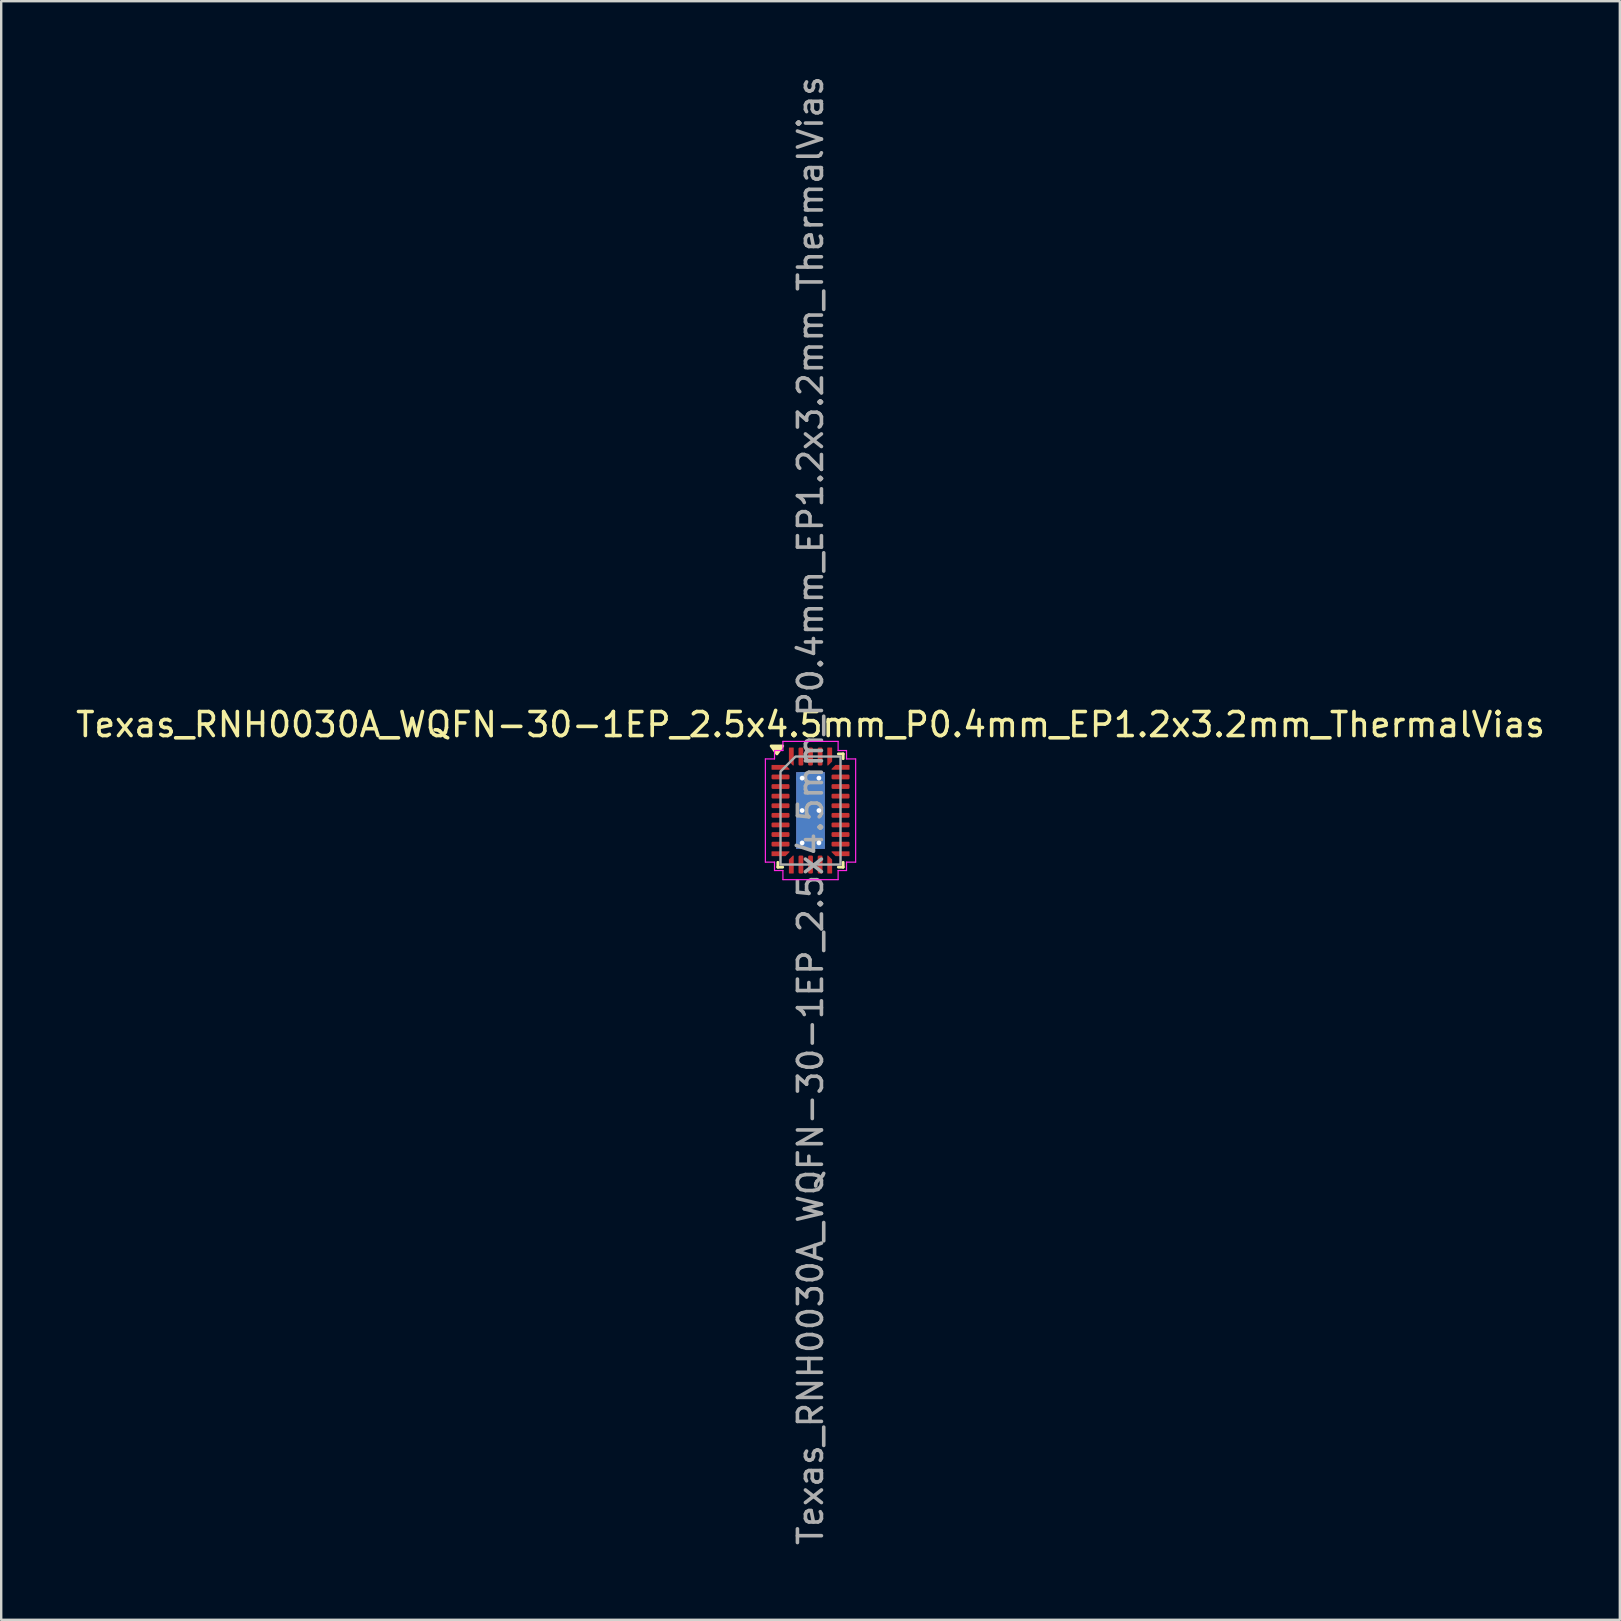
<source format=kicad_pcb>
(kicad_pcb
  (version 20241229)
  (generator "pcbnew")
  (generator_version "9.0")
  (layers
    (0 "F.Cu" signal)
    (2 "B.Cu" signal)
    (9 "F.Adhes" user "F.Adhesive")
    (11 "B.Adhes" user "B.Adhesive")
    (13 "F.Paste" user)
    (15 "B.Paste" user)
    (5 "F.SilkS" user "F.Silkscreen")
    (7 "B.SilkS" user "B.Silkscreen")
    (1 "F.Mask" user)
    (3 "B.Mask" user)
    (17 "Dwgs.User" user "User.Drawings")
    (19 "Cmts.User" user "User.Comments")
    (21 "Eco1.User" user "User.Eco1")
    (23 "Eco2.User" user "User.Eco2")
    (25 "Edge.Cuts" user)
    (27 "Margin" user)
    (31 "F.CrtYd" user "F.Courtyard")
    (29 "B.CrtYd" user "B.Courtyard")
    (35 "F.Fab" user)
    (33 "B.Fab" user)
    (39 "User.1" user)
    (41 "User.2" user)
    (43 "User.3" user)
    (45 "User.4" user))
  (footprint "Texas_RNH0030A_WQFN-30-1EP_2.5x4.5mm_P0.4mm_EP1.2x3.2mm_ThermalVias"
    (layer "F.Cu")
    (at 30.72 30.72)
    (property "Reference" "Texas_RNH0030A_WQFN-30-1EP_2.5x4.5mm_P0.4mm_EP1.2x3.2mm_ThermalVias" (at 0 -3.58 0) (layer "F.SilkS") (effects (font (size 1 1) (thickness 0.15))))
    (attr smd)
    (fp_line (start -1.36 2.36) (end -1.36 2.16) (stroke (width 0.12) (type solid)) (layer "F.SilkS"))
    (fp_line (start -1.16 2.36) (end -1.36 2.36) (stroke (width 0.12) (type solid)) (layer "F.SilkS"))
    (fp_line (start 1.16 -2.36) (end 1.36 -2.36) (stroke (width 0.12) (type solid)) (layer "F.SilkS"))
    (fp_line (start 1.16 2.36) (end 1.36 2.36) (stroke (width 0.12) (type solid)) (layer "F.SilkS"))
    (fp_line (start 1.36 -2.36) (end 1.36 -2.16) (stroke (width 0.12) (type solid)) (layer "F.SilkS"))
    (fp_line (start 1.36 2.36) (end 1.36 2.16) (stroke (width 0.12) (type solid)) (layer "F.SilkS"))
    (fp_poly (pts (xy -1.4 -2.36) (xy -1.64 -2.69) (xy -1.16 -2.69)) (stroke (width 0.12) (type solid)) (fill yes) (layer "F.SilkS"))
    (fp_line (start -1.88 -2.15) (end -1.5 -2.15) (stroke (width 0.05) (type solid)) (layer "F.CrtYd"))
    (fp_line (start -1.88 2.15) (end -1.88 -2.15) (stroke (width 0.05) (type solid)) (layer "F.CrtYd"))
    (fp_line (start -1.5 -2.5) (end -1.15 -2.5) (stroke (width 0.05) (type solid)) (layer "F.CrtYd"))
    (fp_line (start -1.5 -2.15) (end -1.5 -2.5) (stroke (width 0.05) (type solid)) (layer "F.CrtYd"))
    (fp_line (start -1.5 2.15) (end -1.88 2.15) (stroke (width 0.05) (type solid)) (layer "F.CrtYd"))
    (fp_line (start -1.5 2.5) (end -1.5 2.15) (stroke (width 0.05) (type solid)) (layer "F.CrtYd"))
    (fp_line (start -1.15 -2.88) (end 1.15 -2.88) (stroke (width 0.05) (type solid)) (layer "F.CrtYd"))
    (fp_line (start -1.15 -2.5) (end -1.15 -2.88) (stroke (width 0.05) (type solid)) (layer "F.CrtYd"))
    (fp_line (start -1.15 2.5) (end -1.5 2.5) (stroke (width 0.05) (type solid)) (layer "F.CrtYd"))
    (fp_line (start -1.15 2.88) (end -1.15 2.5) (stroke (width 0.05) (type solid)) (layer "F.CrtYd"))
    (fp_line (start 1.15 -2.88) (end 1.15 -2.5) (stroke (width 0.05) (type solid)) (layer "F.CrtYd"))
    (fp_line (start 1.15 -2.5) (end 1.5 -2.5) (stroke (width 0.05) (type solid)) (layer "F.CrtYd"))
    (fp_line (start 1.15 2.5) (end 1.15 2.88) (stroke (width 0.05) (type solid)) (layer "F.CrtYd"))
    (fp_line (start 1.15 2.88) (end -1.15 2.88) (stroke (width 0.05) (type solid)) (layer "F.CrtYd"))
    (fp_line (start 1.5 -2.5) (end 1.5 -2.15) (stroke (width 0.05) (type solid)) (layer "F.CrtYd"))
    (fp_line (start 1.5 -2.15) (end 1.88 -2.15) (stroke (width 0.05) (type solid)) (layer "F.CrtYd"))
    (fp_line (start 1.5 2.15) (end 1.5 2.5) (stroke (width 0.05) (type solid)) (layer "F.CrtYd"))
    (fp_line (start 1.5 2.5) (end 1.15 2.5) (stroke (width 0.05) (type solid)) (layer "F.CrtYd"))
    (fp_line (start 1.88 -2.15) (end 1.88 2.15) (stroke (width 0.05) (type solid)) (layer "F.CrtYd"))
    (fp_line (start 1.88 2.15) (end 1.5 2.15) (stroke (width 0.05) (type solid)) (layer "F.CrtYd"))
    (fp_poly (pts (xy -1.25 -1.625) (xy -1.25 2.25) (xy 1.25 2.25) (xy 1.25 -2.25) (xy -0.625 -2.25)) (stroke (width 0.1) (type solid)) (fill no) (layer "F.Fab"))
    (fp_text user "${REFERENCE}" (at 0 0 90) (layer "F.Fab") (effects (font (size 1 1) (thickness 0.15))))
    (pad "" smd roundrect (at 0 -0.8) (size 1.09 1.45) (layers "F.Paste") (roundrect_rratio 0.229))
    (pad "" smd roundrect (at 0 0.8) (size 1.09 1.45) (layers "F.Paste") (roundrect_rratio 0.229))
    (pad "1" smd custom (at -1.25 -1.8) (size 0.082 0.082) (layers "F.Cu" "F.Mask" "F.Paste") (options (anchor circle)) (primitives (gr_poly (pts (xy -0.358 -0.084) (xy 0.201 -0.084) (xy 0.358 0.074) (xy 0.358 0.084) (xy -0.358 0.084)) (width 0.033) (fill yes))))
    (pad "2" smd roundrect (at -1.25 -1.4) (size 0.75 0.2) (layers "F.Cu" "F.Mask" "F.Paste") (roundrect_rratio 0.25))
    (pad "3" smd roundrect (at -1.25 -1) (size 0.75 0.2) (layers "F.Cu" "F.Mask" "F.Paste") (roundrect_rratio 0.25))
    (pad "4" smd roundrect (at -1.25 -0.6) (size 0.75 0.2) (layers "F.Cu" "F.Mask" "F.Paste") (roundrect_rratio 0.25))
    (pad "5" smd roundrect (at -1.25 -0.2) (size 0.75 0.2) (layers "F.Cu" "F.Mask" "F.Paste") (roundrect_rratio 0.25))
    (pad "6" smd roundrect (at -1.25 0.2) (size 0.75 0.2) (layers "F.Cu" "F.Mask" "F.Paste") (roundrect_rratio 0.25))
    (pad "7" smd roundrect (at -1.25 0.6) (size 0.75 0.2) (layers "F.Cu" "F.Mask" "F.Paste") (roundrect_rratio 0.25))
    (pad "8" smd roundrect (at -1.25 1) (size 0.75 0.2) (layers "F.Cu" "F.Mask" "F.Paste") (roundrect_rratio 0.25))
    (pad "9" smd roundrect (at -1.25 1.4) (size 0.75 0.2) (layers "F.Cu" "F.Mask" "F.Paste") (roundrect_rratio 0.25))
    (pad "10" smd custom (at -1.25 1.8) (size 0.082 0.082) (layers "F.Cu" "F.Mask" "F.Paste") (options (anchor circle)) (primitives (gr_poly (pts (xy -0.358 -0.084) (xy 0.358 -0.084) (xy 0.358 -0.074) (xy 0.201 0.084) (xy -0.358 0.084)) (width 0.033) (fill yes))))
    (pad "11" smd custom (at -0.8 2.25) (size 0.082 0.082) (layers "F.Cu" "F.Mask" "F.Paste") (options (anchor circle)) (primitives (gr_poly (pts (xy -0.084 -0.201) (xy 0.074 -0.358) (xy 0.084 -0.358) (xy 0.084 0.358) (xy -0.084 0.358)) (width 0.033) (fill yes))))
    (pad "12" smd roundrect (at -0.4 2.25) (size 0.2 0.75) (layers "F.Cu" "F.Mask" "F.Paste") (roundrect_rratio 0.25))
    (pad "13" smd roundrect (at 0 2.25) (size 0.2 0.75) (layers "F.Cu" "F.Mask" "F.Paste") (roundrect_rratio 0.25))
    (pad "14" smd roundrect (at 0.4 2.25) (size 0.2 0.75) (layers "F.Cu" "F.Mask" "F.Paste") (roundrect_rratio 0.25))
    (pad "15" smd custom (at 0.8 2.25) (size 0.082 0.082) (layers "F.Cu" "F.Mask" "F.Paste") (options (anchor circle)) (primitives (gr_poly (pts (xy -0.084 -0.358) (xy -0.074 -0.358) (xy 0.084 -0.201) (xy 0.084 0.358) (xy -0.084 0.358)) (width 0.033) (fill yes))))
    (pad "16" smd custom (at 1.25 1.8) (size 0.082 0.082) (layers "F.Cu" "F.Mask" "F.Paste") (options (anchor circle)) (primitives (gr_poly (pts (xy -0.358 -0.084) (xy 0.358 -0.084) (xy 0.358 0.084) (xy -0.201 0.084) (xy -0.358 -0.074)) (width 0.033) (fill yes))))
    (pad "17" smd roundrect (at 1.25 1.4) (size 0.75 0.2) (layers "F.Cu" "F.Mask" "F.Paste") (roundrect_rratio 0.25))
    (pad "18" smd roundrect (at 1.25 1) (size 0.75 0.2) (layers "F.Cu" "F.Mask" "F.Paste") (roundrect_rratio 0.25))
    (pad "19" smd roundrect (at 1.25 0.6) (size 0.75 0.2) (layers "F.Cu" "F.Mask" "F.Paste") (roundrect_rratio 0.25))
    (pad "20" smd roundrect (at 1.25 0.2) (size 0.75 0.2) (layers "F.Cu" "F.Mask" "F.Paste") (roundrect_rratio 0.25))
    (pad "21" smd roundrect (at 1.25 -0.2) (size 0.75 0.2) (layers "F.Cu" "F.Mask" "F.Paste") (roundrect_rratio 0.25))
    (pad "22" smd roundrect (at 1.25 -0.6) (size 0.75 0.2) (layers "F.Cu" "F.Mask" "F.Paste") (roundrect_rratio 0.25))
    (pad "23" smd roundrect (at 1.25 -1) (size 0.75 0.2) (layers "F.Cu" "F.Mask" "F.Paste") (roundrect_rratio 0.25))
    (pad "24" smd roundrect (at 1.25 -1.4) (size 0.75 0.2) (layers "F.Cu" "F.Mask" "F.Paste") (roundrect_rratio 0.25))
    (pad "25" smd custom (at 1.25 -1.8) (size 0.082 0.082) (layers "F.Cu" "F.Mask" "F.Paste") (options (anchor circle)) (primitives (gr_poly (pts (xy -0.358 0.074) (xy -0.201 -0.084) (xy 0.358 -0.084) (xy 0.358 0.084) (xy -0.358 0.084)) (width 0.033) (fill yes))))
    (pad "26" smd custom (at 0.8 -2.25) (size 0.082 0.082) (layers "F.Cu" "F.Mask" "F.Paste") (options (anchor circle)) (primitives (gr_poly (pts (xy -0.084 -0.358) (xy 0.084 -0.358) (xy 0.084 0.201) (xy -0.074 0.358) (xy -0.084 0.358)) (width 0.033) (fill yes))))
    (pad "27" smd roundrect (at 0.4 -2.25) (size 0.2 0.75) (layers "F.Cu" "F.Mask" "F.Paste") (roundrect_rratio 0.25))
    (pad "28" smd roundrect (at 0 -2.25) (size 0.2 0.75) (layers "F.Cu" "F.Mask" "F.Paste") (roundrect_rratio 0.25))
    (pad "29" smd roundrect (at -0.4 -2.25) (size 0.2 0.75) (layers "F.Cu" "F.Mask" "F.Paste") (roundrect_rratio 0.25))
    (pad "30" smd custom (at -0.8 -2.25) (size 0.082 0.082) (layers "F.Cu" "F.Mask" "F.Paste") (options (anchor circle)) (primitives (gr_poly (pts (xy -0.084 -0.358) (xy 0.084 -0.358) (xy 0.084 0.358) (xy 0.074 0.358) (xy -0.084 0.201)) (width 0.033) (fill yes))))
    (pad "31" thru_hole circle (at -0.35 -1.35) (size 0.5 0.5) (drill 0.2) (property pad_prop_heatsink) (layers "*.Cu"))
    (pad "31" thru_hole circle (at -0.35 0) (size 0.5 0.5) (drill 0.2) (property pad_prop_heatsink) (layers "*.Cu"))
    (pad "31" thru_hole circle (at -0.35 1.35) (size 0.5 0.5) (drill 0.2) (property pad_prop_heatsink) (layers "*.Cu"))
    (pad "31" smd rect (at 0 0) (size 1.2 3.2) (property pad_prop_heatsink) (layers "F.Cu" "F.Mask"))
    (pad "31" smd rect (at 0 0) (size 1.2 3.2) (property pad_prop_heatsink) (layers "B.Cu"))
    (pad "31" thru_hole circle (at 0.35 -1.35) (size 0.5 0.5) (drill 0.2) (property pad_prop_heatsink) (layers "*.Cu"))
    (pad "31" thru_hole circle (at 0.35 0) (size 0.5 0.5) (drill 0.2) (property pad_prop_heatsink) (layers "*.Cu"))
    (pad "31" thru_hole circle (at 0.35 1.35) (size 0.5 0.5) (drill 0.2) (property pad_prop_heatsink) (layers "*.Cu")))
  (gr_rect
    (start -3 -3)
    (end 64.44 64.44)
    (stroke (width 0.1) (type default))
    (fill no)
    (layer "Edge.Cuts")))
</source>
